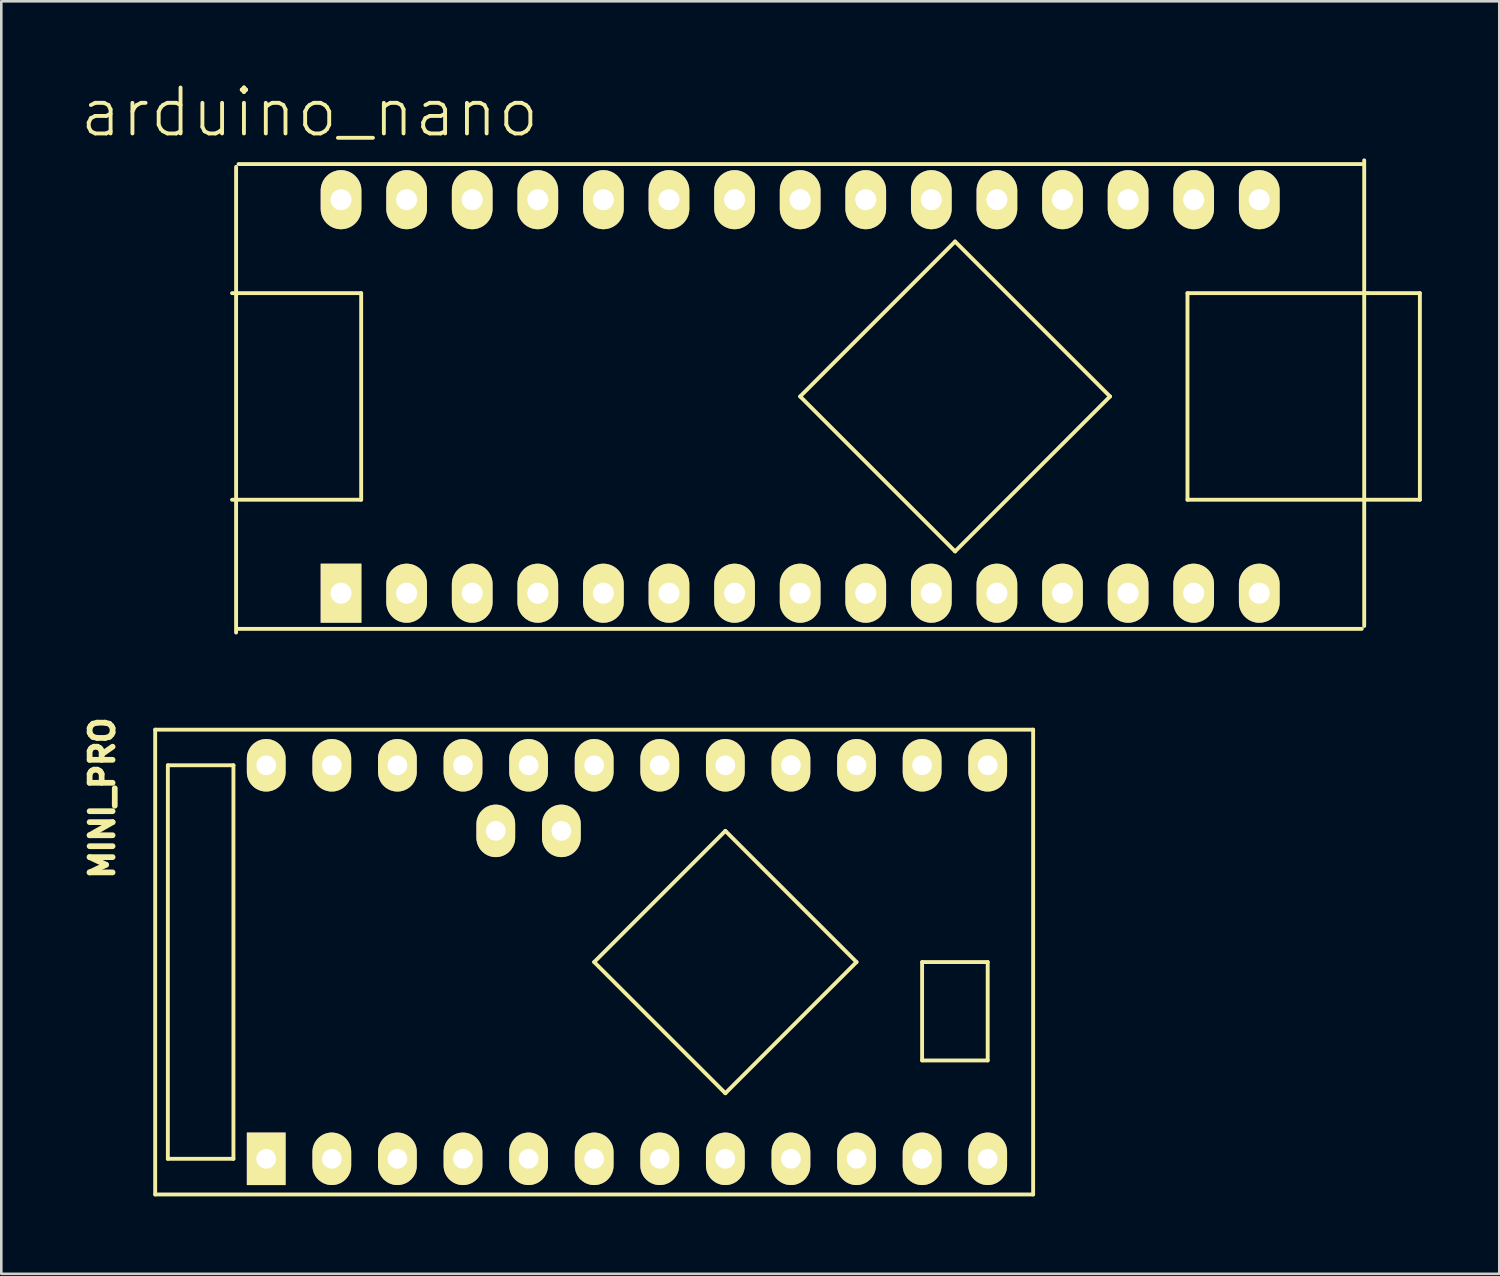
<source format=kicad_pcb>
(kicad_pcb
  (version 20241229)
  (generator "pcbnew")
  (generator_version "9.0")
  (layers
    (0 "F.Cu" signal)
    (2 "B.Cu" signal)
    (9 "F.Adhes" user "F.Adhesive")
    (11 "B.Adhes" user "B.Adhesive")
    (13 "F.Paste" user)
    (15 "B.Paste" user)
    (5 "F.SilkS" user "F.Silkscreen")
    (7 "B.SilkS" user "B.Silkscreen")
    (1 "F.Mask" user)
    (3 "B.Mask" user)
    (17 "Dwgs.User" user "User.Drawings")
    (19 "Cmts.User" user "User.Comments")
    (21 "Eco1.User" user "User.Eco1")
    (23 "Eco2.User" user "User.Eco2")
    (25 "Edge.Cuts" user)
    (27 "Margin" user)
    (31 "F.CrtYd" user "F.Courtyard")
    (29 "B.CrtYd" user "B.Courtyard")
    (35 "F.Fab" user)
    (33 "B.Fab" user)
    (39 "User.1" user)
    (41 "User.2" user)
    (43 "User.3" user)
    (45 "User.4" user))
  (footprint "MINI_PRO"
    (layer "F.Cu")
    (at 19.96 34.207)
    (property "Reference" "MINI_PRO" (at -19.05 -6.35 270) (layer "F.SilkS") (effects (font (size 0.889 0.889) (thickness 0.305))))
    (attr through_hole)
    (fp_line (start -17 -9) (end -17 9) (stroke (width 0.15) (type solid)) (layer "F.SilkS"))
    (fp_line (start -17 9) (end 17 9) (stroke (width 0.15) (type solid)) (layer "F.SilkS"))
    (fp_line (start -16.51 -7.62) (end -13.97 -7.62) (stroke (width 0.15) (type solid)) (layer "F.SilkS"))
    (fp_line (start -16.51 7.62) (end -16.51 -7.62) (stroke (width 0.15) (type solid)) (layer "F.SilkS"))
    (fp_line (start -13.97 -7.62) (end -13.97 7.62) (stroke (width 0.15) (type solid)) (layer "F.SilkS"))
    (fp_line (start -13.97 7.62) (end -16.51 7.62) (stroke (width 0.15) (type solid)) (layer "F.SilkS"))
    (fp_line (start 0 0) (end 5.08 -5.08) (stroke (width 0.15) (type solid)) (layer "F.SilkS"))
    (fp_line (start 5.08 -5.08) (end 10.16 0) (stroke (width 0.15) (type solid)) (layer "F.SilkS"))
    (fp_line (start 5.08 5.08) (end 0 0) (stroke (width 0.15) (type solid)) (layer "F.SilkS"))
    (fp_line (start 10.16 0) (end 5.08 5.08) (stroke (width 0.15) (type solid)) (layer "F.SilkS"))
    (fp_line (start 12.7 0) (end 15.24 0) (stroke (width 0.15) (type solid)) (layer "F.SilkS"))
    (fp_line (start 12.7 3.81) (end 12.7 0) (stroke (width 0.15) (type solid)) (layer "F.SilkS"))
    (fp_line (start 15.24 0) (end 15.24 3.81) (stroke (width 0.15) (type solid)) (layer "F.SilkS"))
    (fp_line (start 15.24 3.81) (end 12.7 3.81) (stroke (width 0.15) (type solid)) (layer "F.SilkS"))
    (fp_line (start 17 -9) (end -17 -9) (stroke (width 0.15) (type solid)) (layer "F.SilkS"))
    (fp_line (start 17 9) (end 17 -9) (stroke (width 0.15) (type solid)) (layer "F.SilkS"))
    (pad "1" thru_hole rect (at -12.7 7.62) (size 1.5 2.032) (drill 0.762) (layers "*.Cu" "*.Mask" "F.SilkS"))
    (pad "2" thru_hole oval (at -10.16 7.62 180) (size 1.5 2.032) (drill 0.762) (layers "*.Cu" "*.Mask" "F.SilkS"))
    (pad "3" thru_hole oval (at -7.62 7.62 180) (size 1.5 2.032) (drill 0.762) (layers "*.Cu" "*.Mask" "F.SilkS"))
    (pad "4" thru_hole oval (at -5.08 7.62 180) (size 1.5 2.032) (drill 0.762) (layers "*.Cu" "*.Mask" "F.SilkS"))
    (pad "5" thru_hole oval (at -2.54 7.62 180) (size 1.5 2.032) (drill 0.762) (layers "*.Cu" "*.Mask" "F.SilkS"))
    (pad "6" thru_hole oval (at 0 7.62 180) (size 1.5 2.032) (drill 0.762) (layers "*.Cu" "*.Mask" "F.SilkS"))
    (pad "7" thru_hole oval (at 2.54 7.62 180) (size 1.5 2.032) (drill 0.762) (layers "*.Cu" "*.Mask" "F.SilkS"))
    (pad "8" thru_hole oval (at 5.08 7.62 180) (size 1.5 2.032) (drill 0.762) (layers "*.Cu" "*.Mask" "F.SilkS"))
    (pad "9" thru_hole oval (at 7.62 7.62 180) (size 1.5 2.032) (drill 0.762) (layers "*.Cu" "*.Mask" "F.SilkS"))
    (pad "10" thru_hole oval (at 10.16 7.62 180) (size 1.5 2.032) (drill 0.762) (layers "*.Cu" "*.Mask" "F.SilkS"))
    (pad "11" thru_hole oval (at 12.7 7.62 180) (size 1.5 2.032) (drill 0.762) (layers "*.Cu" "*.Mask" "F.SilkS"))
    (pad "12" thru_hole oval (at 15.24 7.62 180) (size 1.5 2.032) (drill 0.762) (layers "*.Cu" "*.Mask" "F.SilkS"))
    (pad "13" thru_hole oval (at 15.24 -7.62 180) (size 1.5 2.032) (drill 0.762) (layers "*.Cu" "*.Mask" "F.SilkS"))
    (pad "14" thru_hole oval (at 12.7 -7.62 180) (size 1.5 2.032) (drill 0.762) (layers "*.Cu" "*.Mask" "F.SilkS"))
    (pad "15" thru_hole oval (at 10.16 -7.62 180) (size 1.5 2.032) (drill 0.762) (layers "*.Cu" "*.Mask" "F.SilkS"))
    (pad "16" thru_hole oval (at 7.62 -7.62 180) (size 1.5 2.032) (drill 0.762) (layers "*.Cu" "*.Mask" "F.SilkS"))
    (pad "17" thru_hole oval (at 5.08 -7.62 180) (size 1.5 2.032) (drill 0.762) (layers "*.Cu" "*.Mask" "F.SilkS"))
    (pad "18" thru_hole oval (at 2.54 -7.62 180) (size 1.5 2.032) (drill 0.762) (layers "*.Cu" "*.Mask" "F.SilkS"))
    (pad "19" thru_hole oval (at 0 -7.62 180) (size 1.5 2.032) (drill 0.762) (layers "*.Cu" "*.Mask" "F.SilkS"))
    (pad "20" thru_hole oval (at -2.54 -7.62 180) (size 1.5 2.032) (drill 0.762) (layers "*.Cu" "*.Mask" "F.SilkS"))
    (pad "21" thru_hole oval (at -5.08 -7.62 180) (size 1.5 2.032) (drill 0.762) (layers "*.Cu" "*.Mask" "F.SilkS"))
    (pad "22" thru_hole oval (at -7.62 -7.62 180) (size 1.5 2.032) (drill 0.762) (layers "*.Cu" "*.Mask" "F.SilkS"))
    (pad "23" thru_hole oval (at -10.16 -7.62 180) (size 1.5 2.032) (drill 0.762) (layers "*.Cu" "*.Mask" "F.SilkS"))
    (pad "24" thru_hole oval (at -12.7 -7.62 180) (size 1.5 2.032) (drill 0.762) (layers "*.Cu" "*.Mask" "F.SilkS"))
    (pad "27" thru_hole oval (at -1.27 -5.08 180) (size 1.5 2.032) (drill 0.762) (layers "*.Cu" "*.Mask" "F.SilkS"))
    (pad "28" thru_hole oval (at -3.81 -5.08 180) (size 1.5 2.032) (drill 0.762) (layers "*.Cu" "*.Mask" "F.SilkS")))
  (footprint "arduino_nano"
    (layer "F.Cu")
    (at 27.937 12.303)
    (property "Reference" "arduino_nano" (at -19 -11 0) (layer "F.SilkS") (effects (font (size 1.778 1.778) (thickness 0.15))))
    (attr through_hole)
    (fp_line (start -22 -4) (end -17 -4) (stroke (width 0.15) (type solid)) (layer "F.SilkS"))
    (fp_line (start -21.844 -8.89) (end -21.844 9.144) (stroke (width 0.15) (type solid)) (layer "F.SilkS"))
    (fp_line (start -21.75 -9) (end 21.75 -9) (stroke (width 0.15) (type solid)) (layer "F.SilkS"))
    (fp_line (start -17 -4) (end -17 4) (stroke (width 0.15) (type solid)) (layer "F.SilkS"))
    (fp_line (start -17 4) (end -22 4) (stroke (width 0.15) (type solid)) (layer "F.SilkS"))
    (fp_line (start 0 0) (end 6 -6) (stroke (width 0.15) (type solid)) (layer "F.SilkS"))
    (fp_line (start 6 -6) (end 12 0) (stroke (width 0.15) (type solid)) (layer "F.SilkS"))
    (fp_line (start 6 6) (end 0 0) (stroke (width 0.15) (type solid)) (layer "F.SilkS"))
    (fp_line (start 12 0) (end 6 6) (stroke (width 0.15) (type solid)) (layer "F.SilkS"))
    (fp_line (start 15 -4) (end 22 -4) (stroke (width 0.15) (type solid)) (layer "F.SilkS"))
    (fp_line (start 15 4) (end 15 -4) (stroke (width 0.15) (type solid)) (layer "F.SilkS"))
    (fp_line (start 21.75 9) (end -21.75 9) (stroke (width 0.15) (type solid)) (layer "F.SilkS"))
    (fp_line (start 21.844 -9.144) (end 21.844 8.89) (stroke (width 0.15) (type solid)) (layer "F.SilkS"))
    (fp_line (start 22 -4) (end 24 -4) (stroke (width 0.15) (type solid)) (layer "F.SilkS"))
    (fp_line (start 24 -4) (end 24 4) (stroke (width 0.15) (type solid)) (layer "F.SilkS"))
    (fp_line (start 24 4) (end 15 4) (stroke (width 0.15) (type solid)) (layer "F.SilkS"))
    (pad "1" thru_hole rect (at -17.78 7.62) (size 1.575 2.286) (drill 0.813) (layers "*.Cu" "*.Mask" "F.SilkS"))
    (pad "2" thru_hole oval (at -15.24 7.62) (size 1.575 2.286) (drill 0.813) (layers "*.Cu" "*.Mask" "F.SilkS"))
    (pad "3" thru_hole oval (at -12.7 7.62) (size 1.575 2.286) (drill 0.813) (layers "*.Cu" "*.Mask" "F.SilkS"))
    (pad "4" thru_hole oval (at -10.16 7.62) (size 1.575 2.286) (drill 0.813) (layers "*.Cu" "*.Mask" "F.SilkS"))
    (pad "5" thru_hole oval (at -7.62 7.62) (size 1.575 2.286) (drill 0.813) (layers "*.Cu" "*.Mask" "F.SilkS"))
    (pad "6" thru_hole oval (at -5.08 7.62) (size 1.575 2.286) (drill 0.813) (layers "*.Cu" "*.Mask" "F.SilkS"))
    (pad "7" thru_hole oval (at -2.54 7.62) (size 1.575 2.286) (drill 0.813) (layers "*.Cu" "*.Mask" "F.SilkS"))
    (pad "8" thru_hole oval (at 0 7.62) (size 1.575 2.286) (drill 0.813) (layers "*.Cu" "*.Mask" "F.SilkS"))
    (pad "9" thru_hole oval (at 2.54 7.62) (size 1.575 2.286) (drill 0.813) (layers "*.Cu" "*.Mask" "F.SilkS"))
    (pad "10" thru_hole oval (at 5.08 7.62) (size 1.575 2.286) (drill 0.813) (layers "*.Cu" "*.Mask" "F.SilkS"))
    (pad "11" thru_hole oval (at 7.62 7.62) (size 1.575 2.286) (drill 0.813) (layers "*.Cu" "*.Mask" "F.SilkS"))
    (pad "12" thru_hole oval (at 10.16 7.62) (size 1.575 2.286) (drill 0.813) (layers "*.Cu" "*.Mask" "F.SilkS"))
    (pad "13" thru_hole oval (at 12.7 7.62) (size 1.575 2.286) (drill 0.813) (layers "*.Cu" "*.Mask" "F.SilkS"))
    (pad "14" thru_hole oval (at 15.24 7.62) (size 1.575 2.286) (drill 0.813) (layers "*.Cu" "*.Mask" "F.SilkS"))
    (pad "15" thru_hole oval (at 17.78 7.62) (size 1.575 2.286) (drill 0.813) (layers "*.Cu" "*.Mask" "F.SilkS"))
    (pad "16" thru_hole oval (at 17.78 -7.62) (size 1.575 2.286) (drill 0.813) (layers "*.Cu" "*.Mask" "F.SilkS"))
    (pad "17" thru_hole oval (at 15.24 -7.62) (size 1.575 2.286) (drill 0.813) (layers "*.Cu" "*.Mask" "F.SilkS"))
    (pad "18" thru_hole oval (at 12.7 -7.62) (size 1.575 2.286) (drill 0.813) (layers "*.Cu" "*.Mask" "F.SilkS"))
    (pad "19" thru_hole oval (at 10.16 -7.62) (size 1.575 2.286) (drill 0.813) (layers "*.Cu" "*.Mask" "F.SilkS"))
    (pad "20" thru_hole oval (at 7.62 -7.62) (size 1.575 2.286) (drill 0.813) (layers "*.Cu" "*.Mask" "F.SilkS"))
    (pad "21" thru_hole oval (at 5.08 -7.62) (size 1.575 2.286) (drill 0.813) (layers "*.Cu" "*.Mask" "F.SilkS"))
    (pad "22" thru_hole oval (at 2.54 -7.62) (size 1.575 2.286) (drill 0.813) (layers "*.Cu" "*.Mask" "F.SilkS"))
    (pad "23" thru_hole oval (at 0 -7.62) (size 1.575 2.286) (drill 0.813) (layers "*.Cu" "*.Mask" "F.SilkS"))
    (pad "24" thru_hole oval (at -2.54 -7.62) (size 1.575 2.286) (drill 0.813) (layers "*.Cu" "*.Mask" "F.SilkS"))
    (pad "25" thru_hole oval (at -5.08 -7.62) (size 1.575 2.286) (drill 0.813) (layers "*.Cu" "*.Mask" "F.SilkS"))
    (pad "26" thru_hole oval (at -7.62 -7.62) (size 1.575 2.286) (drill 0.813) (layers "*.Cu" "*.Mask" "F.SilkS"))
    (pad "27" thru_hole oval (at -10.16 -7.62) (size 1.575 2.286) (drill 0.813) (layers "*.Cu" "*.Mask" "F.SilkS"))
    (pad "28" thru_hole oval (at -12.7 -7.62) (size 1.575 2.286) (drill 0.813) (layers "*.Cu" "*.Mask" "F.SilkS"))
    (pad "29" thru_hole oval (at -15.24 -7.62) (size 1.575 2.286) (drill 0.813) (layers "*.Cu" "*.Mask" "F.SilkS"))
    (pad "30" thru_hole oval (at -17.78 -7.62) (size 1.575 2.286) (drill 0.813) (layers "*.Cu" "*.Mask" "F.SilkS")))
  (gr_rect
    (start -3 -3)
    (end 55.012 46.282)
    (stroke (width 0.1) (type default))
    (fill no)
    (layer "Edge.Cuts")))
</source>
